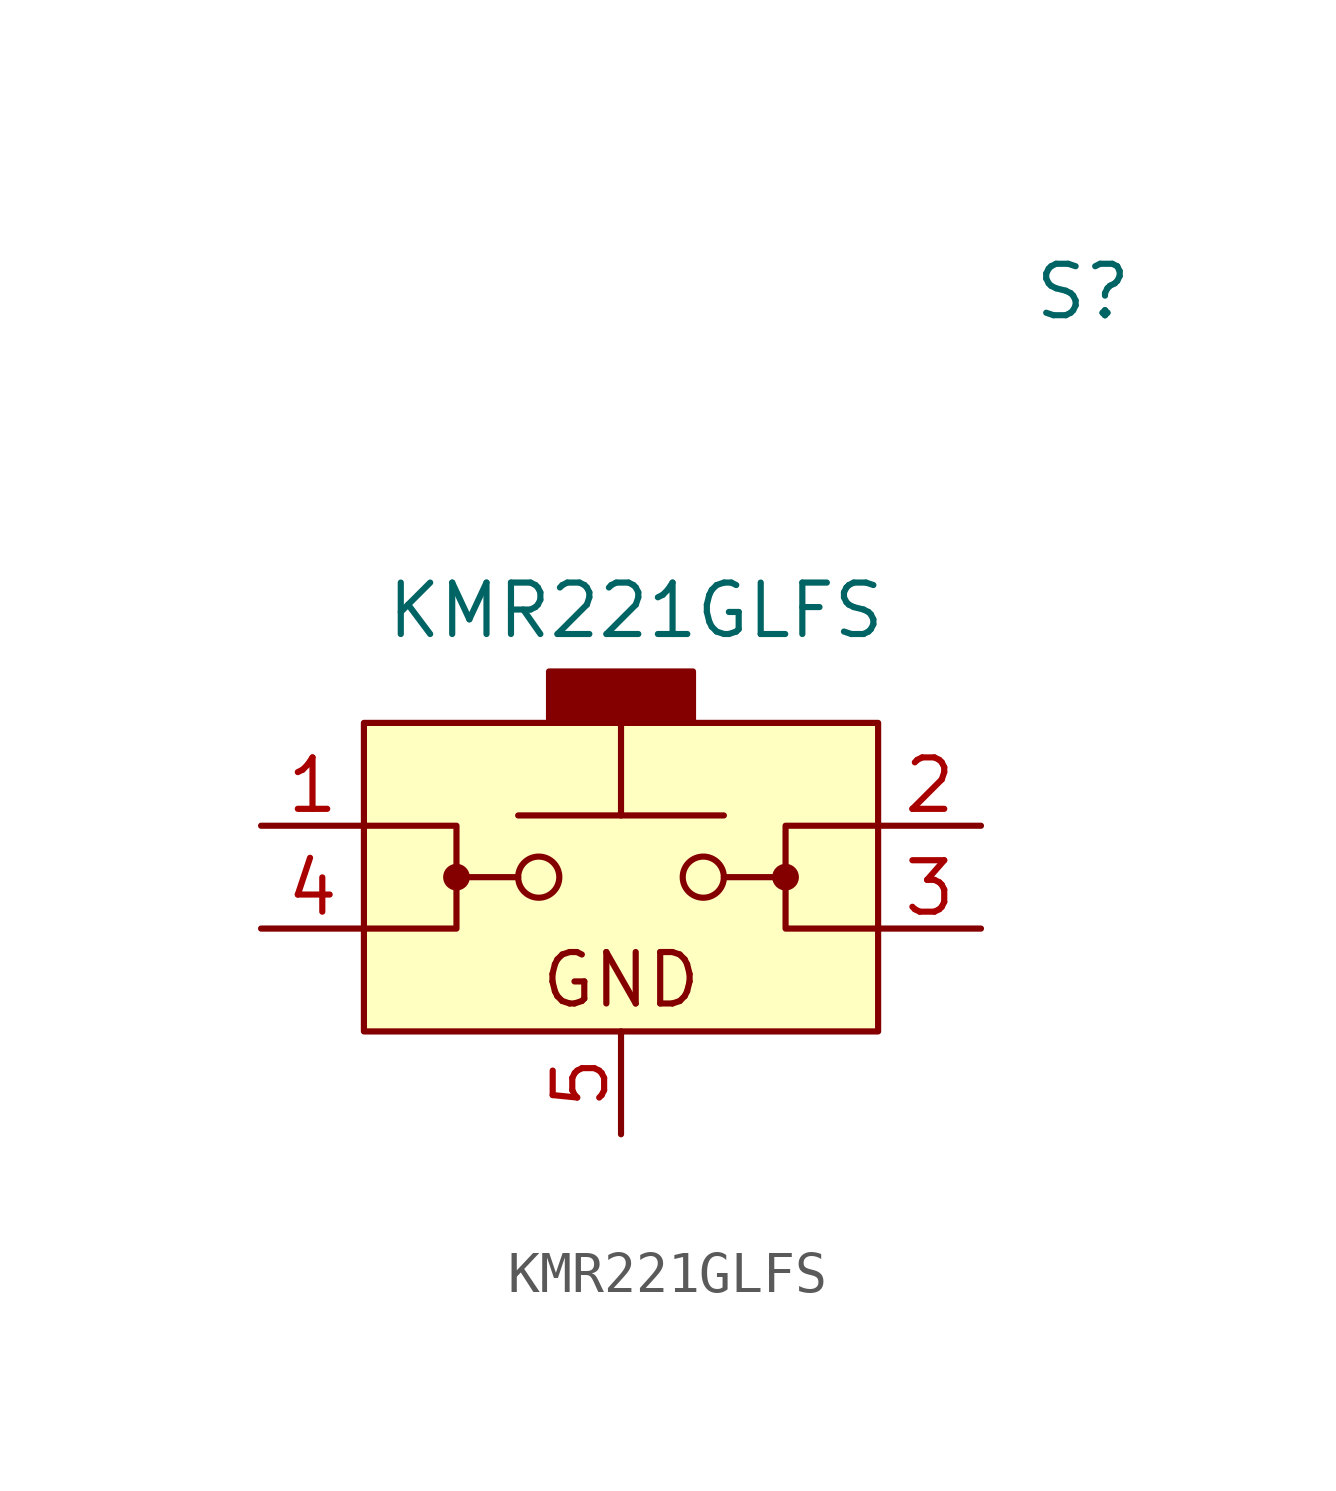
<source format=kicad_sym>
(kicad_symbol_lib
  (version 20231120)
  (generator "kicad_symbol_editor")
  (generator_version "8.0")
  (symbol "KMR221GLFS"
    (pin_names
      (offset 1.016))
    (property "Reference" "S"
      (at -2.54 2.286 0)
      (effects (font (size 1.27 1.27)) (justify left bottom)))
    (property "Value" "KMR221GLFS"
      (at -18.542 -5.588 0)
      (effects (font (size 1.27 1.27)) (justify left bottom)))
    (symbol "KMR221GLFS_0_1"
      (rectangle (start -19.05 -7.62) (end -6.35 -15.24) (stroke (width 0) (type default)) (fill (type background)))
      (circle (center -16.764 -11.43) (radius 0.254) (stroke (width 0) (type default)) (fill (type outline)))
      (circle (center -14.732 -11.43) (radius 0.508) (stroke (width 0) (type default)) (fill (type none)))
      (rectangle (start -14.478 -6.35) (end -10.922 -7.62) (stroke (width 0) (type default)) (fill (type outline)))
      (circle (center -10.668 -11.43) (radius 0.508) (stroke (width 0) (type default)) (fill (type none)))
      (circle (center -8.636 -11.43) (radius 0.254) (stroke (width 0) (type default)) (fill (type outline)))
      (polyline (pts (xy -15.24 -9.906) (xy -10.16 -9.906)) (stroke (width 0) (type default)) (fill (type none)))
      (polyline (pts (xy -12.7 -7.62) (xy -12.7 -9.906)) (stroke (width 0) (type default)) (fill (type none)))
      (polyline (pts (xy -16.764 -11.43) (xy -16.764 -12.7) (xy -19.05 -12.7)) (stroke (width 0) (type default)) (fill (type none)))
      (polyline (pts (xy -8.636 -11.43) (xy -8.636 -12.7) (xy -6.35 -12.7)) (stroke (width 0) (type default)) (fill (type none)))
      (polyline (pts (xy -15.24 -11.43) (xy -16.764 -11.43) (xy -16.764 -10.16) (xy -19.05 -10.16)) (stroke (width 0) (type default)) (fill (type none)))
      (polyline (pts (xy -10.16 -11.43) (xy -8.636 -11.43) (xy -8.636 -10.16) (xy -6.35 -10.16)) (stroke (width 0) (type default)) (fill (type none))))
    (symbol "KMR221GLFS_1_1"
      (text "GND" (at -12.7 -13.97 0) (effects (font (size 1.27 1.27))))
      (pin unspecified line (at -21.59 -10.16 0) (length 2.54) (name "" (effects (font (size 1.27 1.27)))) (number "1" (effects (font (size 1.27 1.27)))))
      (pin unspecified line (at -3.81 -10.16 180) (length 2.54) (name "" (effects (font (size 1.27 1.27)))) (number "2" (effects (font (size 1.27 1.27)))))
      (pin unspecified line (at -3.81 -12.7 180) (length 2.54) (name "" (effects (font (size 1.27 1.27)))) (number "3" (effects (font (size 1.27 1.27)))))
      (pin unspecified line (at -21.59 -12.7 0) (length 2.54) (name "" (effects (font (size 1.27 1.27)))) (number "4" (effects (font (size 1.27 1.27)))))
      (pin unspecified line (at -12.7 -17.78 90) (length 2.54) (name "" (effects (font (size 1.27 1.27)))) (number "5" (effects (font (size 1.27 1.27))))))))
</source>
